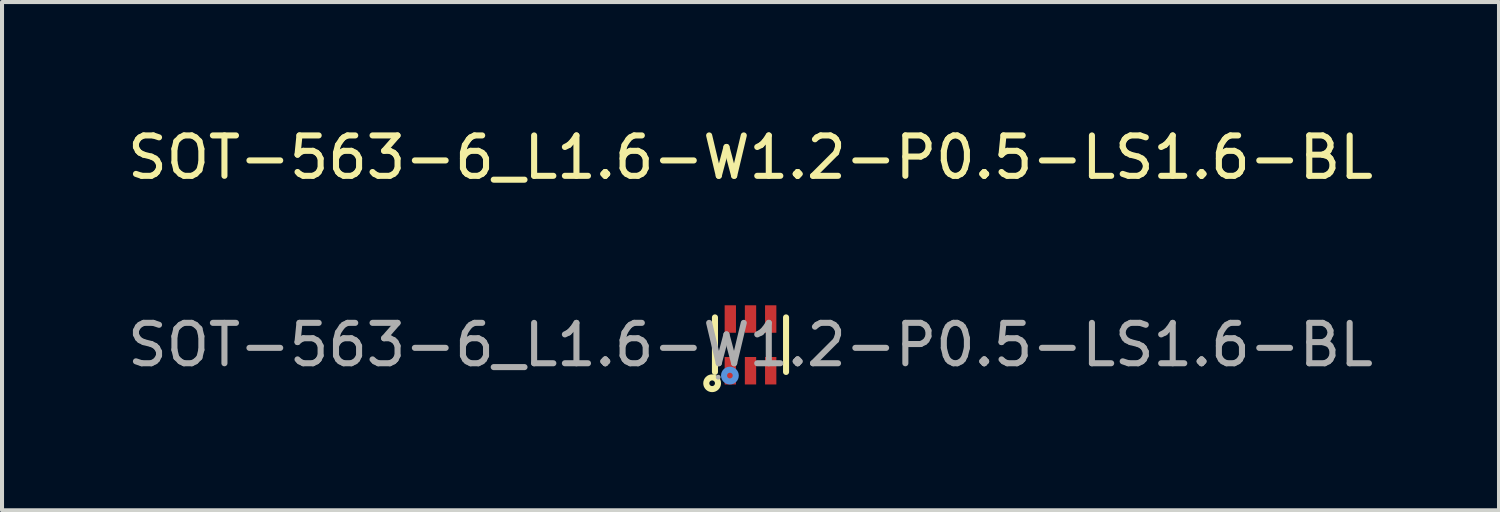
<source format=kicad_pcb>
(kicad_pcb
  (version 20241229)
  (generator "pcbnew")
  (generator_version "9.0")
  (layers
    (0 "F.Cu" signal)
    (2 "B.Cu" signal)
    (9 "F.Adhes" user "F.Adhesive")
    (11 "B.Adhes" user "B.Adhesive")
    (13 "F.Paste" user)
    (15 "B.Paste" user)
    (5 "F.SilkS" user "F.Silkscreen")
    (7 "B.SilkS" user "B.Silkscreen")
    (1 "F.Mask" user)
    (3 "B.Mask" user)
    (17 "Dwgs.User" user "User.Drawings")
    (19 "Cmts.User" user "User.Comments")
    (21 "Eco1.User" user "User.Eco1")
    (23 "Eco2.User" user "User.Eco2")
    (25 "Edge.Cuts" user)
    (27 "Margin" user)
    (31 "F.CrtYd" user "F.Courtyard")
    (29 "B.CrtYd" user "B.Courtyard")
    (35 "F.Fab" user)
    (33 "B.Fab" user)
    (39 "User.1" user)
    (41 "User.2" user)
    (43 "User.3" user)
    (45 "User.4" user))
  (footprint "SOT-563-6_L1.6-W1.2-P0.5-LS1.6-BL"
    (layer "F.Cu")
    (at 15.53 5.488)
    (property "Reference" "SOT-563-6_L1.6-W1.2-P0.5-LS1.6-BL" (at 0 -4.64 0) (layer "F.SilkS") (effects (font (size 1 1) (thickness 0.15))))
    (attr smd)
    (fp_line (start -0.88 0.67) (end -0.88 -0.68) (stroke (width 0.15) (type solid)) (layer "F.SilkS"))
    (fp_line (start 0.88 0.67) (end 0.88 -0.68) (stroke (width 0.15) (type solid)) (layer "F.SilkS"))
    (fp_circle (center -0.95 0.95) (end -0.88 0.95) (stroke (width 0.15) (type solid)) (fill no) (layer "F.SilkS"))
    (fp_circle (center -0.51 0.76) (end -0.44 0.76) (stroke (width 0.15) (type solid)) (fill no) (layer "Cmts.User"))
    (fp_circle (center -0.8 0.8) (end -0.77 0.8) (stroke (width 0.06) (type solid)) (fill no) (layer "F.Fab"))
    (fp_text user "${REFERENCE}" (at 0 0 0) (layer "F.Fab") (effects (font (size 1 1) (thickness 0.15))))
    (pad "1" smd rect (at -0.5 0.64) (size 0.28 0.68) (layers "F.Cu" "F.Mask" "F.Paste"))
    (pad "2" smd rect (at 0 0.64) (size 0.28 0.68) (layers "F.Cu" "F.Mask" "F.Paste"))
    (pad "3" smd rect (at 0.5 0.64) (size 0.28 0.68) (layers "F.Cu" "F.Mask" "F.Paste"))
    (pad "4" smd rect (at 0.5 -0.64) (size 0.28 0.68) (layers "F.Cu" "F.Mask" "F.Paste"))
    (pad "5" smd rect (at 0 -0.64) (size 0.28 0.68) (layers "F.Cu" "F.Mask" "F.Paste"))
    (pad "6" smd rect (at -0.5 -0.64) (size 0.28 0.68) (layers "F.Cu" "F.Mask" "F.Paste")))
  (gr_rect
    (start -3 -3)
    (end 34.06 9.583)
    (stroke (width 0.1) (type default))
    (fill no)
    (layer "Edge.Cuts")))
</source>
